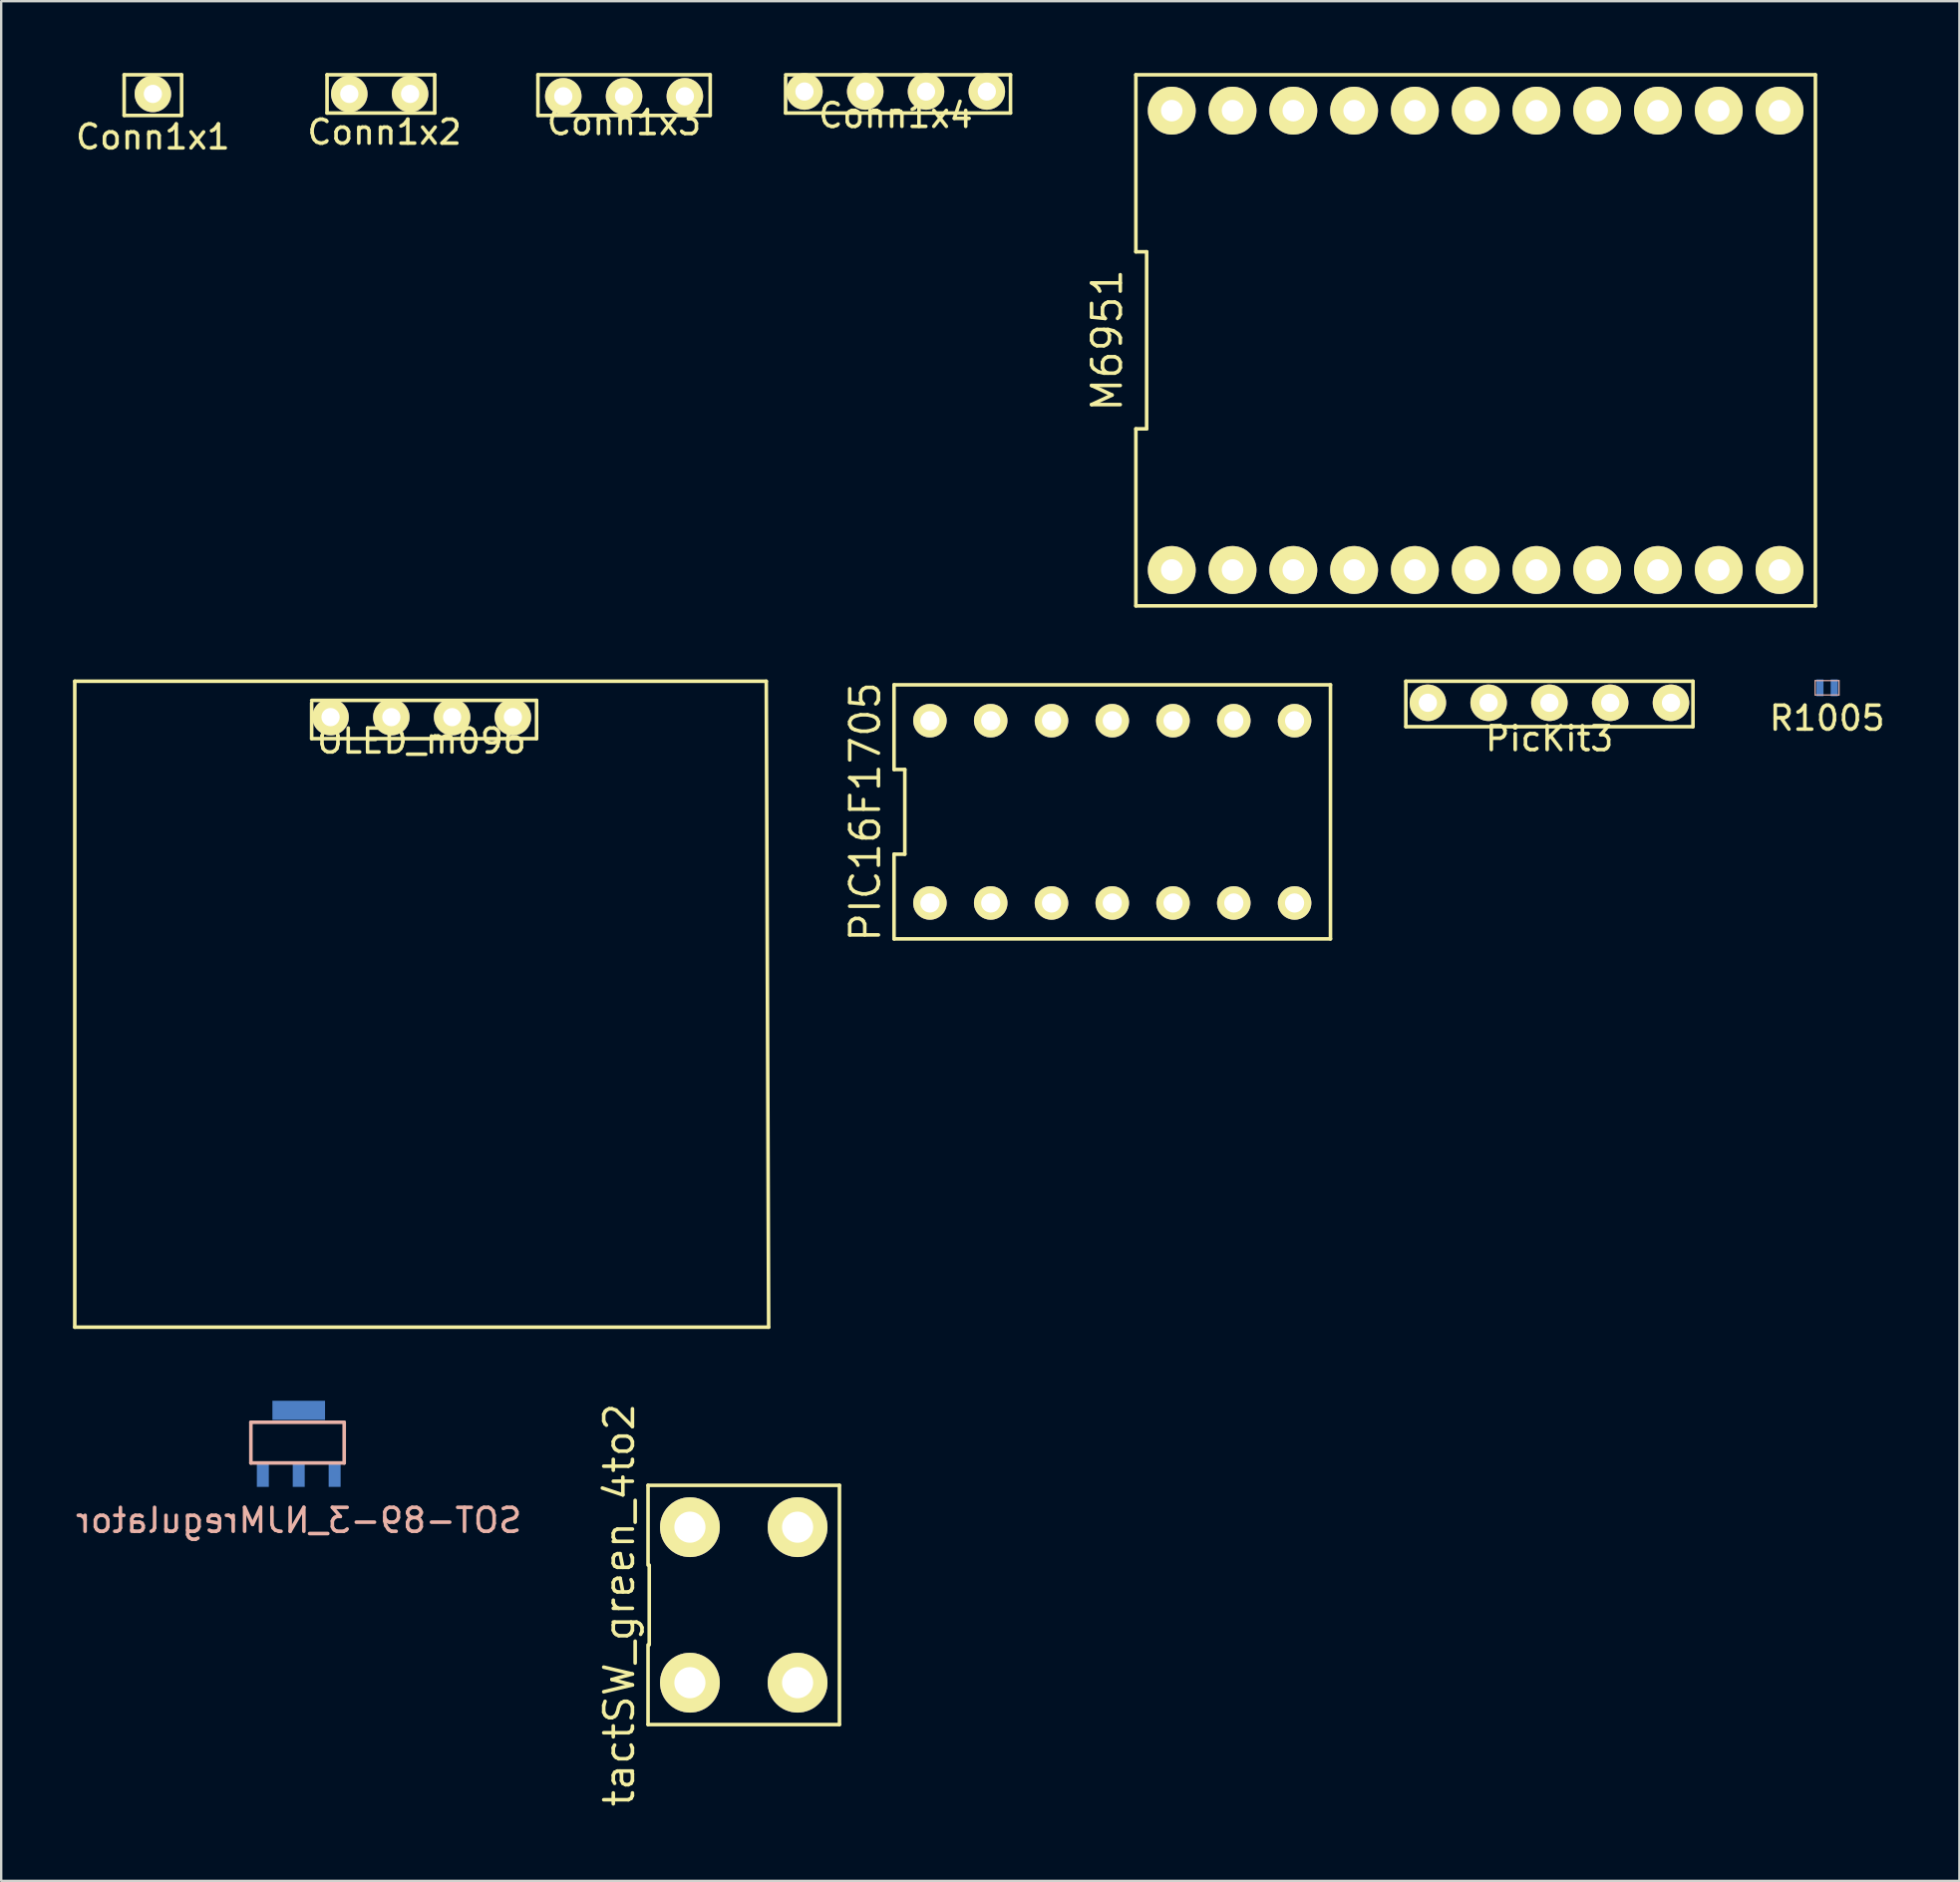
<source format=kicad_pcb>
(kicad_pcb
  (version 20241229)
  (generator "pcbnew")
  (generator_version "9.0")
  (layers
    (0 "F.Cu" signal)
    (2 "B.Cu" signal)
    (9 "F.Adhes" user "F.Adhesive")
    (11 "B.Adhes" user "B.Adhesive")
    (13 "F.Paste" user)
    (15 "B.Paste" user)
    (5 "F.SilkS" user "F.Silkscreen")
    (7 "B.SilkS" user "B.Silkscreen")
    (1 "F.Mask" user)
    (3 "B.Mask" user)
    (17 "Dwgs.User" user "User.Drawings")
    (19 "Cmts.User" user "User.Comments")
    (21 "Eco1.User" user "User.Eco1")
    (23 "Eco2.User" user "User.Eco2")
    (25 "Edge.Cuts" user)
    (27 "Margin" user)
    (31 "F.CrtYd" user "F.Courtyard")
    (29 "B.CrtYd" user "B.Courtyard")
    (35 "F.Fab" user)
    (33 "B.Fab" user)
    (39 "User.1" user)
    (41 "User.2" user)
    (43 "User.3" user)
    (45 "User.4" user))
  (footprint "tactSW_green_4to2"
    (layer "F.Cu")
    (at 28.034 64.034)
    (property "Reference" "tactSW_green_4to2" (at -5.2 0 90) (layer "F.SilkS") (effects (font (size 1.2 1.2) (thickness 0.15))))
    (attr through_hole)
    (fp_line (start -4 1.667) (end -4 5) (stroke (width 0.15) (type solid)) (layer "F.SilkS"))
    (fp_line (start -4 5) (end 4 5) (stroke (width 0.15) (type solid)) (layer "F.SilkS"))
    (fp_line (start -4 -5) (end -4 -1.667) (stroke (width 0.15) (type solid)) (layer "F.SilkS"))
    (fp_line (start -3.95 -1.667) (end -3.95 1.667) (stroke (width 0.15) (type solid)) (layer "F.SilkS"))
    (fp_line (start 4 5) (end 4 -5) (stroke (width 0.15) (type solid)) (layer "F.SilkS"))
    (fp_line (start 4 -5) (end -4 -5) (stroke (width 0.15) (type solid)) (layer "F.SilkS"))
    (pad "1" thru_hole circle (at -2.25 3.25) (size 2.5 2.5) (drill 1.3) (layers "*.Cu" "*.Mask" "F.SilkS"))
    (pad "1" thru_hole circle (at 2.25 3.25) (size 2.5 2.5) (drill 1.3) (layers "*.Cu" "*.Mask" "F.SilkS"))
    (pad "2" thru_hole circle (at -2.25 -3.25) (size 2.5 2.5) (drill 1.3) (layers "*.Cu" "*.Mask" "F.SilkS"))
    (pad "2" thru_hole circle (at 2.25 -3.25) (size 2.5 2.5) (drill 1.3) (layers "*.Cu" "*.Mask" "F.SilkS")))
  (footprint "SOT-89-3_NJMregulator"
    (layer "F.Cu")
    (at 9.435 58.6)
    (property "Reference" "SOT-89-3_NJMregulator" (at 0 1.9 0) (layer "B.SilkS") (effects (font (size 1 1) (thickness 0.15)) (justify mirror)))
    (attr through_hole)
    (fp_line (start -2 -2.2) (end 1.9 -2.2) (stroke (width 0.15) (type solid)) (layer "B.SilkS"))
    (fp_line (start -2 -0.5) (end -2 -2.2) (stroke (width 0.15) (type solid)) (layer "B.SilkS"))
    (fp_line (start 1.9 -2.2) (end 1.9 -0.5) (stroke (width 0.15) (type solid)) (layer "B.SilkS"))
    (fp_line (start 1.9 -0.5) (end -2 -0.5) (stroke (width 0.15) (type solid)) (layer "B.SilkS"))
    (pad "1" smd rect (at -1.5 0) (size 0.5 1) (layers "F.Mask" "B.Cu" "F.Paste"))
    (pad "2" smd rect (at 0 -2.7) (size 2.2 0.8) (layers "F.Mask" "B.Cu" "F.Paste"))
    (pad "2" smd rect (at 0 0) (size 0.5 1) (layers "F.Mask" "B.Cu" "F.Paste"))
    (pad "3" smd rect (at 1.5 0) (size 0.5 1) (layers "F.Mask" "B.Cu" "F.Paste")))
  (footprint "Conn1x4"
    (layer "F.Cu")
    (at 34.382 0.775)
    (property "Reference" "Conn1x4" (at 0 1 0) (layer "F.SilkS") (effects (font (size 1 1) (thickness 0.15))))
    (attr through_hole)
    (fp_line (start -4.6 -0.7) (end 4.8 -0.7) (stroke (width 0.15) (type solid)) (layer "F.SilkS"))
    (fp_line (start -4.6 0.9) (end -4.6 -0.6) (stroke (width 0.15) (type solid)) (layer "F.SilkS"))
    (fp_line (start 4.8 -0.7) (end 4.8 0.9) (stroke (width 0.15) (type solid)) (layer "F.SilkS"))
    (fp_line (start 4.8 0.9) (end -4.6 0.9) (stroke (width 0.15) (type solid)) (layer "F.SilkS"))
    (pad "1" thru_hole circle (at -3.81 0) (size 1.524 1.524) (drill 0.762) (layers "*.Cu" "*.Mask" "F.SilkS"))
    (pad "2" thru_hole circle (at -1.27 0) (size 1.524 1.524) (drill 0.762) (layers "*.Cu" "*.Mask" "F.SilkS"))
    (pad "3" thru_hole circle (at 1.27 0) (size 1.524 1.524) (drill 0.762) (layers "*.Cu" "*.Mask" "F.SilkS"))
    (pad "4" thru_hole circle (at 3.81 0) (size 1.524 1.524) (drill 0.762) (layers "*.Cu" "*.Mask" "F.SilkS")))
  (footprint "M6951"
    (layer "F.Cu")
    (at 58.622 11.175)
    (property "Reference" "M6951" (at -15.4 0 90) (layer "F.SilkS") (effects (font (size 1.2 1.2) (thickness 0.15))))
    (attr through_hole)
    (fp_line (start -14.2 -11.1) (end -14.2 -3.7) (stroke (width 0.15) (type solid)) (layer "F.SilkS"))
    (fp_line (start -14.2 -3.7) (end -13.75 -3.7) (stroke (width 0.15) (type solid)) (layer "F.SilkS"))
    (fp_line (start -14.2 3.7) (end -14.2 11.1) (stroke (width 0.15) (type solid)) (layer "F.SilkS"))
    (fp_line (start -14.2 11.1) (end 14.2 11.1) (stroke (width 0.15) (type solid)) (layer "F.SilkS"))
    (fp_line (start -13.75 -3.7) (end -13.75 3.7) (stroke (width 0.15) (type solid)) (layer "F.SilkS"))
    (fp_line (start -13.75 3.7) (end -14.2 3.7) (stroke (width 0.15) (type solid)) (layer "F.SilkS"))
    (fp_line (start 14.2 -11.1) (end -14.2 -11.1) (stroke (width 0.15) (type solid)) (layer "F.SilkS"))
    (fp_line (start 14.2 11.1) (end 14.2 -11.1) (stroke (width 0.15) (type solid)) (layer "F.SilkS"))
    (pad "1" thru_hole circle (at -12.7 9.6) (size 2 2) (drill 0.9) (layers "*.Cu" "*.Mask" "F.SilkS"))
    (pad "2" thru_hole circle (at -10.16 9.6) (size 2 2) (drill 0.9) (layers "*.Cu" "*.Mask" "F.SilkS"))
    (pad "3" thru_hole circle (at -7.62 9.6) (size 2 2) (drill 0.9) (layers "*.Cu" "*.Mask" "F.SilkS"))
    (pad "4" thru_hole circle (at -5.08 9.6) (size 2 2) (drill 0.9) (layers "*.Cu" "*.Mask" "F.SilkS"))
    (pad "5" thru_hole circle (at -2.54 9.6) (size 2 2) (drill 0.9) (layers "*.Cu" "*.Mask" "F.SilkS"))
    (pad "6" thru_hole circle (at 0 9.6) (size 2 2) (drill 0.9) (layers "*.Cu" "*.Mask" "F.SilkS"))
    (pad "7" thru_hole circle (at 2.54 9.6) (size 2 2) (drill 0.9) (layers "*.Cu" "*.Mask" "F.SilkS"))
    (pad "8" thru_hole circle (at 5.08 9.6) (size 2 2) (drill 0.9) (layers "*.Cu" "*.Mask" "F.SilkS"))
    (pad "9" thru_hole circle (at 7.62 9.6) (size 2 2) (drill 0.9) (layers "*.Cu" "*.Mask" "F.SilkS"))
    (pad "10" thru_hole circle (at 10.16 9.6) (size 2 2) (drill 0.9) (layers "*.Cu" "*.Mask" "F.SilkS"))
    (pad "11" thru_hole circle (at 12.7 9.6) (size 2 2) (drill 0.9) (layers "*.Cu" "*.Mask" "F.SilkS"))
    (pad "12" thru_hole circle (at 12.7 -9.6) (size 2 2) (drill 0.9) (layers "*.Cu" "*.Mask" "F.SilkS"))
    (pad "13" thru_hole circle (at 10.16 -9.6) (size 2 2) (drill 0.9) (layers "*.Cu" "*.Mask" "F.SilkS"))
    (pad "14" thru_hole circle (at 7.62 -9.6) (size 2 2) (drill 0.9) (layers "*.Cu" "*.Mask" "F.SilkS"))
    (pad "15" thru_hole circle (at 5.08 -9.6) (size 2 2) (drill 0.9) (layers "*.Cu" "*.Mask" "F.SilkS"))
    (pad "16" thru_hole circle (at 2.54 -9.6) (size 2 2) (drill 0.9) (layers "*.Cu" "*.Mask" "F.SilkS"))
    (pad "17" thru_hole circle (at 0 -9.6) (size 2 2) (drill 0.9) (layers "*.Cu" "*.Mask" "F.SilkS"))
    (pad "18" thru_hole circle (at -2.54 -9.6) (size 2 2) (drill 0.9) (layers "*.Cu" "*.Mask" "F.SilkS"))
    (pad "19" thru_hole circle (at -5.08 -9.6) (size 2 2) (drill 0.9) (layers "*.Cu" "*.Mask" "F.SilkS"))
    (pad "20" thru_hole circle (at -7.62 -9.6) (size 2 2) (drill 0.9) (layers "*.Cu" "*.Mask" "F.SilkS"))
    (pad "21" thru_hole circle (at -10.16 -9.6) (size 2 2) (drill 0.9) (layers "*.Cu" "*.Mask" "F.SilkS"))
    (pad "22" thru_hole circle (at -12.7 -9.6) (size 2 2) (drill 0.9) (layers "*.Cu" "*.Mask" "F.SilkS")))
  (footprint "PIC16F1705"
    (layer "F.Cu")
    (at 43.435 30.884)
    (property "Reference" "PIC16F1705" (at -10.32 0 90) (layer "F.SilkS") (effects (font (size 1.2 1.2) (thickness 0.15))))
    (attr through_hole)
    (fp_line (start -9.12 -5.31) (end -9.12 -1.77) (stroke (width 0.15) (type solid)) (layer "F.SilkS"))
    (fp_line (start -9.12 -1.77) (end -8.67 -1.77) (stroke (width 0.15) (type solid)) (layer "F.SilkS"))
    (fp_line (start -9.12 1.77) (end -9.12 5.31) (stroke (width 0.15) (type solid)) (layer "F.SilkS"))
    (fp_line (start -9.12 5.31) (end 9.12 5.31) (stroke (width 0.15) (type solid)) (layer "F.SilkS"))
    (fp_line (start -8.67 -1.77) (end -8.67 1.77) (stroke (width 0.15) (type solid)) (layer "F.SilkS"))
    (fp_line (start -8.67 1.77) (end -9.12 1.77) (stroke (width 0.15) (type solid)) (layer "F.SilkS"))
    (fp_line (start 9.12 -5.31) (end -9.12 -5.31) (stroke (width 0.15) (type solid)) (layer "F.SilkS"))
    (fp_line (start 9.12 5.31) (end 9.12 -5.31) (stroke (width 0.15) (type solid)) (layer "F.SilkS"))
    (pad "1" thru_hole circle (at -7.62 3.81) (size 1.4 1.4) (drill 0.8) (layers "*.Cu" "*.Mask" "F.SilkS"))
    (pad "2" thru_hole circle (at -5.08 3.81) (size 1.4 1.4) (drill 0.8) (layers "*.Cu" "*.Mask" "F.SilkS"))
    (pad "3" thru_hole circle (at -2.54 3.81) (size 1.4 1.4) (drill 0.8) (layers "*.Cu" "*.Mask" "F.SilkS"))
    (pad "4" thru_hole circle (at 0 3.81) (size 1.4 1.4) (drill 0.8) (layers "*.Cu" "*.Mask" "F.SilkS"))
    (pad "5" thru_hole circle (at 2.54 3.81) (size 1.4 1.4) (drill 0.8) (layers "*.Cu" "*.Mask" "F.SilkS"))
    (pad "6" thru_hole circle (at 5.08 3.81) (size 1.4 1.4) (drill 0.8) (layers "*.Cu" "*.Mask" "F.SilkS"))
    (pad "7" thru_hole circle (at 7.62 3.81) (size 1.4 1.4) (drill 0.8) (layers "*.Cu" "*.Mask" "F.SilkS"))
    (pad "8" thru_hole circle (at 7.62 -3.81) (size 1.4 1.4) (drill 0.8) (layers "*.Cu" "*.Mask" "F.SilkS"))
    (pad "9" thru_hole circle (at 5.08 -3.81) (size 1.4 1.4) (drill 0.8) (layers "*.Cu" "*.Mask" "F.SilkS"))
    (pad "10" thru_hole circle (at 2.54 -3.81) (size 1.4 1.4) (drill 0.8) (layers "*.Cu" "*.Mask" "F.SilkS"))
    (pad "11" thru_hole circle (at 0 -3.81) (size 1.4 1.4) (drill 0.8) (layers "*.Cu" "*.Mask" "F.SilkS"))
    (pad "12" thru_hole circle (at -2.54 -3.81) (size 1.4 1.4) (drill 0.8) (layers "*.Cu" "*.Mask" "F.SilkS"))
    (pad "13" thru_hole circle (at -5.08 -3.81) (size 1.4 1.4) (drill 0.8) (layers "*.Cu" "*.Mask" "F.SilkS"))
    (pad "14" thru_hole circle (at -7.62 -3.81) (size 1.4 1.4) (drill 0.8) (layers "*.Cu" "*.Mask" "F.SilkS")))
  (footprint "PicKit3"
    (layer "F.Cu")
    (at 61.705 26.325)
    (property "Reference" "PicKit3" (at 0 1.5 0) (layer "F.SilkS") (effects (font (size 1 1) (thickness 0.15))))
    (attr through_hole)
    (fp_line (start -6 -0.9) (end 6 -0.9) (stroke (width 0.15) (type solid)) (layer "F.SilkS"))
    (fp_line (start -6 1) (end -6 -0.9) (stroke (width 0.15) (type solid)) (layer "F.SilkS"))
    (fp_line (start 6 -0.9) (end 6 1) (stroke (width 0.15) (type solid)) (layer "F.SilkS"))
    (fp_line (start 6 1) (end -6 1) (stroke (width 0.15) (type solid)) (layer "F.SilkS"))
    (pad "1" thru_hole circle (at -5.08 0) (size 1.524 1.524) (drill 0.762) (layers "*.Cu" "*.Mask" "F.SilkS"))
    (pad "2" thru_hole circle (at -2.54 0) (size 1.524 1.524) (drill 0.762) (layers "*.Cu" "*.Mask" "F.SilkS"))
    (pad "3" thru_hole circle (at 0 0) (size 1.524 1.524) (drill 0.762) (layers "*.Cu" "*.Mask" "F.SilkS"))
    (pad "4" thru_hole circle (at 2.54 0) (size 1.524 1.524) (drill 0.762) (layers "*.Cu" "*.Mask" "F.SilkS"))
    (pad "5" thru_hole circle (at 5.08 0) (size 1.524 1.524) (drill 0.762) (layers "*.Cu" "*.Mask" "F.SilkS")))
  (footprint "Conn1x1"
    (layer "F.Cu")
    (at 3.339 0.875)
    (property "Reference" "Conn1x1" (at 0 1.8 0) (layer "F.SilkS") (effects (font (size 1 1) (thickness 0.15))))
    (attr through_hole)
    (fp_line (start -1.2 -0.8) (end 1.2 -0.8) (stroke (width 0.15) (type solid)) (layer "F.SilkS"))
    (fp_line (start -1.2 0.9) (end -1.2 -0.8) (stroke (width 0.15) (type solid)) (layer "F.SilkS"))
    (fp_line (start 1.2 -0.8) (end 1.2 0.9) (stroke (width 0.15) (type solid)) (layer "F.SilkS"))
    (fp_line (start 1.2 0.9) (end -1.2 0.9) (stroke (width 0.15) (type solid)) (layer "F.SilkS"))
    (pad "1" thru_hole circle (at 0 0) (size 1.524 1.524) (drill 0.762) (layers "*.Cu" "*.Mask" "F.SilkS")))
  (footprint "Conn1x3"
    (layer "F.Cu")
    (at 23.032 0.975)
    (property "Reference" "Conn1x3" (at 0 1.1 0) (layer "F.SilkS") (effects (font (size 1 1) (thickness 0.15))))
    (attr through_hole)
    (fp_line (start -3.6 -0.9) (end 3.6 -0.9) (stroke (width 0.15) (type solid)) (layer "F.SilkS"))
    (fp_line (start -3.6 0.8) (end -3.6 -0.9) (stroke (width 0.15) (type solid)) (layer "F.SilkS"))
    (fp_line (start 3.6 -0.9) (end 3.6 0.8) (stroke (width 0.15) (type solid)) (layer "F.SilkS"))
    (fp_line (start 3.6 0.8) (end -3.6 0.8) (stroke (width 0.15) (type solid)) (layer "F.SilkS"))
    (pad "1" thru_hole circle (at -2.54 0) (size 1.524 1.524) (drill 0.762) (layers "*.Cu" "*.Mask" "F.SilkS"))
    (pad "2" thru_hole circle (at 0 0) (size 1.524 1.524) (drill 0.762) (layers "*.Cu" "*.Mask" "F.SilkS"))
    (pad "3" thru_hole circle (at 2.54 0) (size 1.524 1.524) (drill 0.762) (layers "*.Cu" "*.Mask" "F.SilkS")))
  (footprint "Conn1x2"
    (layer "F.Cu")
    (at 12.818 0.875)
    (property "Reference" "Conn1x2" (at 0.2 1.6 0) (layer "F.SilkS") (effects (font (size 1 1) (thickness 0.15))))
    (attr through_hole)
    (fp_line (start -2.2 -0.8) (end 2.3 -0.8) (stroke (width 0.15) (type solid)) (layer "F.SilkS"))
    (fp_line (start -2.2 0.8) (end -2.2 -0.8) (stroke (width 0.15) (type solid)) (layer "F.SilkS"))
    (fp_line (start 2.3 -0.8) (end 2.3 0.8) (stroke (width 0.15) (type solid)) (layer "F.SilkS"))
    (fp_line (start 2.3 0.8) (end -2.2 0.8) (stroke (width 0.15) (type solid)) (layer "F.SilkS"))
    (pad "1" thru_hole circle (at -1.27 0) (size 1.524 1.524) (drill 0.762) (layers "*.Cu" "*.Mask" "F.SilkS"))
    (pad "2" thru_hole circle (at 1.27 0) (size 1.524 1.524) (drill 0.762) (layers "*.Cu" "*.Mask" "F.SilkS")))
  (footprint "R1005"
    (layer "F.Cu")
    (at 73.31 25.7)
    (property "Reference" "R1005" (at 0 1.27 0) (layer "F.SilkS") (effects (font (size 1 1) (thickness 0.15))))
    (attr through_hole)
    (fp_line (start -0.5 -0.3) (end 0.5 -0.3) (stroke (width 0.05) (type solid)) (layer "B.SilkS"))
    (fp_line (start -0.5 0.3) (end -0.5 -0.3) (stroke (width 0.05) (type solid)) (layer "B.SilkS"))
    (fp_line (start 0.5 -0.3) (end 0.5 0.3) (stroke (width 0.05) (type solid)) (layer "B.SilkS"))
    (fp_line (start 0.5 0.3) (end -0.5 0.3) (stroke (width 0.05) (type solid)) (layer "B.SilkS"))
    (pad "1" smd rect (at -0.3 0) (size 0.3 0.7) (layers "F.Mask" "B.Cu" "F.Paste"))
    (pad "2" smd rect (at 0.3 0) (size 0.3 0.7) (layers "F.Mask" "B.Cu" "F.Paste")))
  (footprint "OLED_m096"
    (layer "F.Cu")
    (at 14.575 26.925)
    (property "Reference" "OLED_m096" (at 0 1 0) (layer "F.SilkS") (effects (font (size 1 1) (thickness 0.15))))
    (attr through_hole)
    (fp_line (start -14.5 -1.5) (end 14.4 -1.5) (stroke (width 0.15) (type solid)) (layer "F.SilkS"))
    (fp_line (start -14.5 25.5) (end -14.5 -1.5) (stroke (width 0.15) (type solid)) (layer "F.SilkS"))
    (fp_line (start -4.6 -0.7) (end 4.8 -0.7) (stroke (width 0.15) (type solid)) (layer "F.SilkS"))
    (fp_line (start -4.6 0.9) (end -4.6 -0.6) (stroke (width 0.15) (type solid)) (layer "F.SilkS"))
    (fp_line (start 4.8 -0.7) (end 4.8 0.9) (stroke (width 0.15) (type solid)) (layer "F.SilkS"))
    (fp_line (start 4.8 0.9) (end -4.6 0.9) (stroke (width 0.15) (type solid)) (layer "F.SilkS"))
    (fp_line (start 14.4 -1.5) (end 14.5 25.5) (stroke (width 0.15) (type solid)) (layer "F.SilkS"))
    (fp_line (start 14.5 25.5) (end -14.5 25.5) (stroke (width 0.15) (type solid)) (layer "F.SilkS"))
    (pad "1" thru_hole circle (at -3.81 0) (size 1.524 1.524) (drill 0.762) (layers "*.Cu" "*.Mask" "F.SilkS"))
    (pad "2" thru_hole circle (at -1.27 0) (size 1.524 1.524) (drill 0.762) (layers "*.Cu" "*.Mask" "F.SilkS"))
    (pad "3" thru_hole circle (at 1.27 0) (size 1.524 1.524) (drill 0.762) (layers "*.Cu" "*.Mask" "F.SilkS"))
    (pad "4" thru_hole circle (at 3.81 0) (size 1.524 1.524) (drill 0.762) (layers "*.Cu" "*.Mask" "F.SilkS")))
  (gr_rect
    (start -3 -3)
    (end 78.84 75.567)
    (stroke (width 0.1) (type default))
    (fill no)
    (layer "Edge.Cuts")))
</source>
